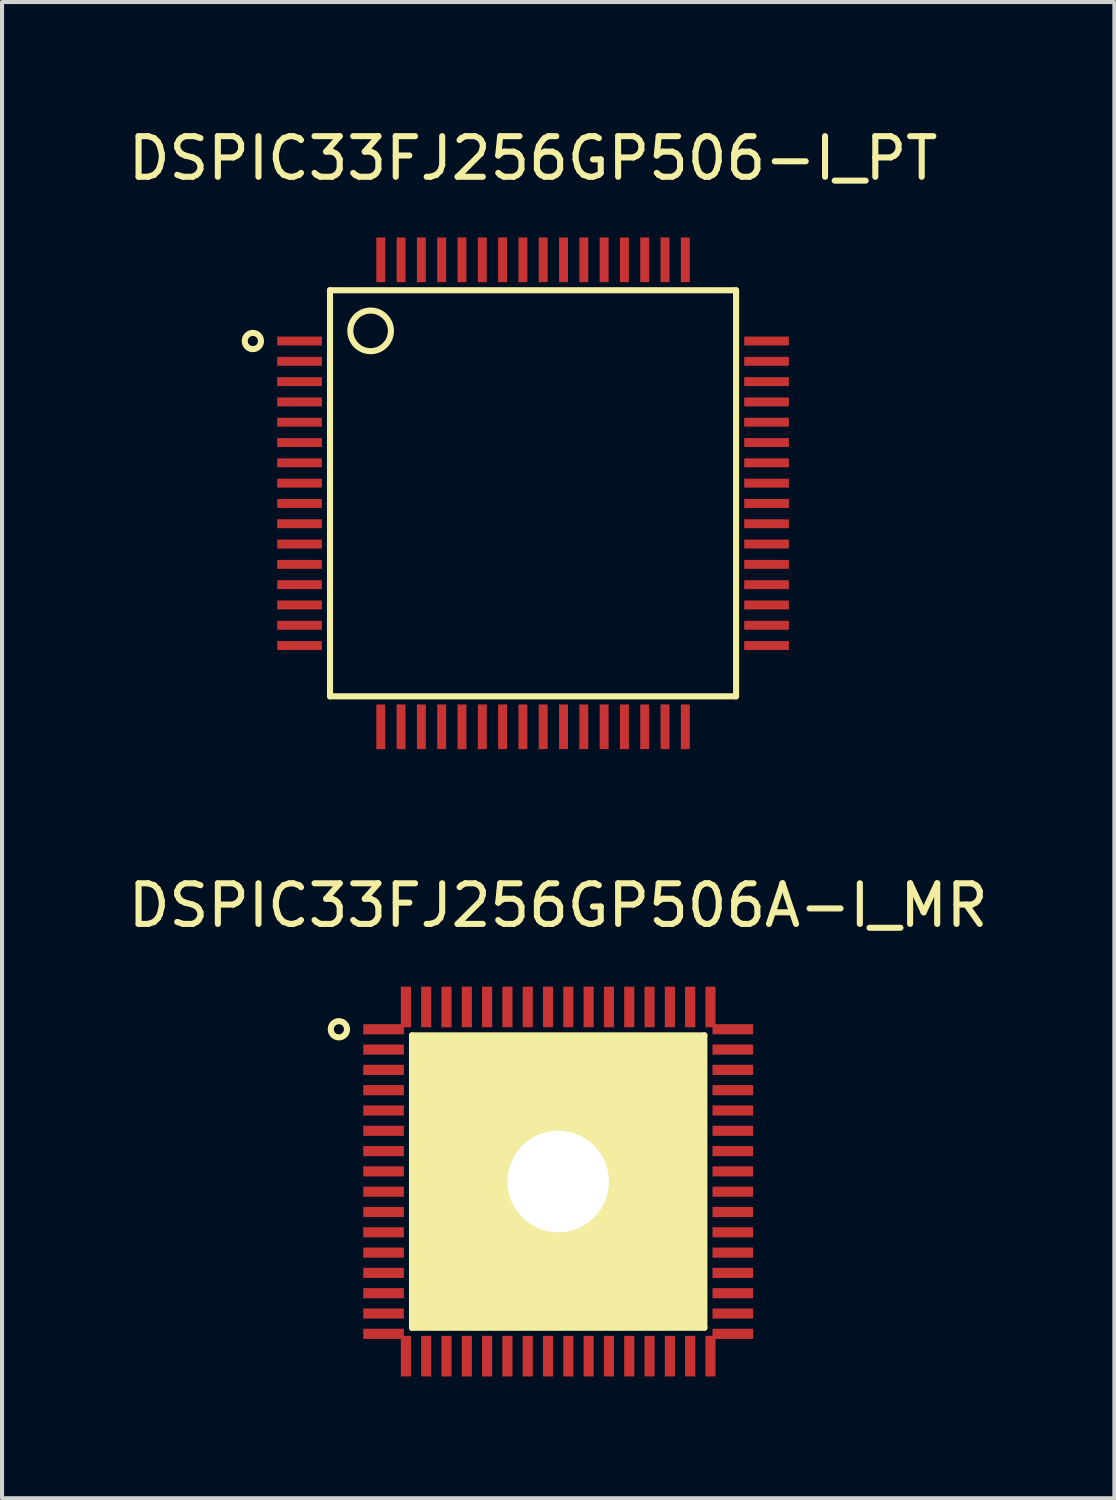
<source format=kicad_pcb>
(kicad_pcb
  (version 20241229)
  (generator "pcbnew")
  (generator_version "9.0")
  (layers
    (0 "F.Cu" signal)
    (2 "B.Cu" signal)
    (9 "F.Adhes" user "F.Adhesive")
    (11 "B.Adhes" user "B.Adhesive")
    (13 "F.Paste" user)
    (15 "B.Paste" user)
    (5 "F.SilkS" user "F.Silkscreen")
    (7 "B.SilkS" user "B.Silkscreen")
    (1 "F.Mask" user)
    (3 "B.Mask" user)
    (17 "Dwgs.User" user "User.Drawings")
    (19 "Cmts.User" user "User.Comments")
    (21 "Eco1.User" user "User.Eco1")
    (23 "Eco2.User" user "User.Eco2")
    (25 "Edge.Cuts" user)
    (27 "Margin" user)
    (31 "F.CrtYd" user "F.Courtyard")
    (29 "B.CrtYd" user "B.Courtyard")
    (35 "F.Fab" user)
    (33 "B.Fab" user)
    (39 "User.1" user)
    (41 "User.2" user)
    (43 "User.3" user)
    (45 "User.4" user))
  (footprint "DSPIC33FJ256GP506-I_PT"
    (layer "F.Cu")
    (at 4.327 3.348)
    (property "Reference" "DSPIC33FJ256GP506-I_PT" (at 5.75 -2.5 0) (layer "F.SilkS") (effects (font (size 1 1) (thickness 0.15))))
    (attr through_hole)
    (fp_line (start 0.75 0.75) (end 0.75 10.75) (stroke (width 0.15) (type solid)) (layer "F.SilkS"))
    (fp_line (start 0.75 0.75) (end 10.75 0.75) (stroke (width 0.15) (type solid)) (layer "F.SilkS"))
    (fp_line (start 0.75 10.75) (end 10.75 10.75) (stroke (width 0.15) (type solid)) (layer "F.SilkS"))
    (fp_line (start 10.75 10.75) (end 10.75 0.75) (stroke (width 0.15) (type solid)) (layer "F.SilkS"))
    (fp_circle (center -1.15 2) (end -1.15 1.8) (stroke (width 0.15) (type solid)) (fill no) (layer "F.SilkS"))
    (fp_circle (center 1.75 1.75) (end 1.75 1.25) (stroke (width 0.15) (type solid)) (fill no) (layer "F.SilkS"))
    (pad "1" smd rect (at 0 2) (size 1.1 0.22) (layers "F.Cu" "F.Mask" "F.Paste"))
    (pad "2" smd rect (at 0 2.5) (size 1.1 0.22) (layers "F.Cu" "F.Mask" "F.Paste"))
    (pad "3" smd rect (at 0 3) (size 1.1 0.22) (layers "F.Cu" "F.Mask" "F.Paste"))
    (pad "4" smd rect (at 0 3.5) (size 1.1 0.22) (layers "F.Cu" "F.Mask" "F.Paste"))
    (pad "5" smd rect (at 0 4) (size 1.1 0.22) (layers "F.Cu" "F.Mask" "F.Paste"))
    (pad "6" smd rect (at 0 4.5) (size 1.1 0.22) (layers "F.Cu" "F.Mask" "F.Paste"))
    (pad "7" smd rect (at 0 5) (size 1.1 0.22) (layers "F.Cu" "F.Mask" "F.Paste"))
    (pad "8" smd rect (at 0 5.5) (size 1.1 0.22) (layers "F.Cu" "F.Mask" "F.Paste"))
    (pad "9" smd rect (at 0 6) (size 1.1 0.22) (layers "F.Cu" "F.Mask" "F.Paste"))
    (pad "10" smd rect (at 0 6.5) (size 1.1 0.22) (layers "F.Cu" "F.Mask" "F.Paste"))
    (pad "11" smd rect (at 0 7) (size 1.1 0.22) (layers "F.Cu" "F.Mask" "F.Paste"))
    (pad "12" smd rect (at 0 7.5) (size 1.1 0.22) (layers "F.Cu" "F.Mask" "F.Paste"))
    (pad "13" smd rect (at 0 8) (size 1.1 0.22) (layers "F.Cu" "F.Mask" "F.Paste"))
    (pad "14" smd rect (at 0 8.5) (size 1.1 0.22) (layers "F.Cu" "F.Mask" "F.Paste"))
    (pad "15" smd rect (at 0 9) (size 1.1 0.22) (layers "F.Cu" "F.Mask" "F.Paste"))
    (pad "16" smd rect (at 0 9.5) (size 1.1 0.22) (layers "F.Cu" "F.Mask" "F.Paste"))
    (pad "17" smd rect (at 2 11.5) (size 0.22 1.1) (layers "F.Cu" "F.Mask" "F.Paste"))
    (pad "18" smd rect (at 2.5 11.5) (size 0.22 1.1) (layers "F.Cu" "F.Mask" "F.Paste"))
    (pad "19" smd rect (at 3 11.5) (size 0.22 1.1) (layers "F.Cu" "F.Mask" "F.Paste"))
    (pad "20" smd rect (at 3.5 11.5) (size 0.22 1.1) (layers "F.Cu" "F.Mask" "F.Paste"))
    (pad "21" smd rect (at 4 11.5) (size 0.22 1.1) (layers "F.Cu" "F.Mask" "F.Paste"))
    (pad "22" smd rect (at 4.5 11.5) (size 0.22 1.1) (layers "F.Cu" "F.Mask" "F.Paste"))
    (pad "23" smd rect (at 5 11.5) (size 0.22 1.1) (layers "F.Cu" "F.Mask" "F.Paste"))
    (pad "24" smd rect (at 5.5 11.5) (size 0.22 1.1) (layers "F.Cu" "F.Mask" "F.Paste"))
    (pad "25" smd rect (at 6 11.5) (size 0.22 1.1) (layers "F.Cu" "F.Mask" "F.Paste"))
    (pad "26" smd rect (at 6.5 11.5) (size 0.22 1.1) (layers "F.Cu" "F.Mask" "F.Paste"))
    (pad "27" smd rect (at 7 11.5) (size 0.22 1.1) (layers "F.Cu" "F.Mask" "F.Paste"))
    (pad "28" smd rect (at 7.5 11.5) (size 0.22 1.1) (layers "F.Cu" "F.Mask" "F.Paste"))
    (pad "29" smd rect (at 8 11.5) (size 0.22 1.1) (layers "F.Cu" "F.Mask" "F.Paste"))
    (pad "30" smd rect (at 8.5 11.5) (size 0.22 1.1) (layers "F.Cu" "F.Mask" "F.Paste"))
    (pad "31" smd rect (at 9 11.5) (size 0.22 1.1) (layers "F.Cu" "F.Mask" "F.Paste"))
    (pad "32" smd rect (at 9.5 11.5) (size 0.22 1.1) (layers "F.Cu" "F.Mask" "F.Paste"))
    (pad "33" smd rect (at 11.5 9.5) (size 1.1 0.22) (layers "F.Cu" "F.Mask" "F.Paste"))
    (pad "34" smd rect (at 11.5 9) (size 1.1 0.22) (layers "F.Cu" "F.Mask" "F.Paste"))
    (pad "35" smd rect (at 11.5 8.5) (size 1.1 0.22) (layers "F.Cu" "F.Mask" "F.Paste"))
    (pad "36" smd rect (at 11.5 8) (size 1.1 0.22) (layers "F.Cu" "F.Mask" "F.Paste"))
    (pad "37" smd rect (at 11.5 7.5) (size 1.1 0.22) (layers "F.Cu" "F.Mask" "F.Paste"))
    (pad "38" smd rect (at 11.5 7) (size 1.1 0.22) (layers "F.Cu" "F.Mask" "F.Paste"))
    (pad "39" smd rect (at 11.5 6.5) (size 1.1 0.22) (layers "F.Cu" "F.Mask" "F.Paste"))
    (pad "40" smd rect (at 11.5 6) (size 1.1 0.22) (layers "F.Cu" "F.Mask" "F.Paste"))
    (pad "41" smd rect (at 11.5 5.5) (size 1.1 0.22) (layers "F.Cu" "F.Mask" "F.Paste"))
    (pad "42" smd rect (at 11.5 5) (size 1.1 0.22) (layers "F.Cu" "F.Mask" "F.Paste"))
    (pad "43" smd rect (at 11.5 4.5) (size 1.1 0.22) (layers "F.Cu" "F.Mask" "F.Paste"))
    (pad "44" smd rect (at 11.5 4) (size 1.1 0.22) (layers "F.Cu" "F.Mask" "F.Paste"))
    (pad "45" smd rect (at 11.5 3.5) (size 1.1 0.22) (layers "F.Cu" "F.Mask" "F.Paste"))
    (pad "46" smd rect (at 11.5 3) (size 1.1 0.22) (layers "F.Cu" "F.Mask" "F.Paste"))
    (pad "47" smd rect (at 11.5 2.5) (size 1.1 0.22) (layers "F.Cu" "F.Mask" "F.Paste"))
    (pad "48" smd rect (at 11.5 2) (size 1.1 0.22) (layers "F.Cu" "F.Mask" "F.Paste"))
    (pad "49" smd rect (at 9.5 0) (size 0.22 1.1) (layers "F.Cu" "F.Mask" "F.Paste"))
    (pad "50" smd rect (at 9 0) (size 0.22 1.1) (layers "F.Cu" "F.Mask" "F.Paste"))
    (pad "51" smd rect (at 8.5 0) (size 0.22 1.1) (layers "F.Cu" "F.Mask" "F.Paste"))
    (pad "52" smd rect (at 8 0) (size 0.22 1.1) (layers "F.Cu" "F.Mask" "F.Paste"))
    (pad "53" smd rect (at 7.5 0) (size 0.22 1.1) (layers "F.Cu" "F.Mask" "F.Paste"))
    (pad "54" smd rect (at 7 0) (size 0.22 1.1) (layers "F.Cu" "F.Mask" "F.Paste"))
    (pad "55" smd rect (at 6.5 0) (size 0.22 1.1) (layers "F.Cu" "F.Mask" "F.Paste"))
    (pad "56" smd rect (at 6 0) (size 0.22 1.1) (layers "F.Cu" "F.Mask" "F.Paste"))
    (pad "57" smd rect (at 5.5 0) (size 0.22 1.1) (layers "F.Cu" "F.Mask" "F.Paste"))
    (pad "58" smd rect (at 5 0) (size 0.22 1.1) (layers "F.Cu" "F.Mask" "F.Paste"))
    (pad "59" smd rect (at 4.5 0) (size 0.22 1.1) (layers "F.Cu" "F.Mask" "F.Paste"))
    (pad "60" smd rect (at 4 0) (size 0.22 1.1) (layers "F.Cu" "F.Mask" "F.Paste"))
    (pad "61" smd rect (at 3.5 0) (size 0.22 1.1) (layers "F.Cu" "F.Mask" "F.Paste"))
    (pad "62" smd rect (at 3 0) (size 0.22 1.1) (layers "F.Cu" "F.Mask" "F.Paste"))
    (pad "63" smd rect (at 2.5 0) (size 0.22 1.1) (layers "F.Cu" "F.Mask" "F.Paste"))
    (pad "64" smd rect (at 2 0) (size 0.22 1.1) (layers "F.Cu" "F.Mask" "F.Paste")))
  (footprint "DSPIC33FJ256GP506A-I_MR"
    (layer "F.Cu")
    (at 6.396 21.747)
    (property "Reference" "DSPIC33FJ256GP506A-I_MR" (at 4.3 -2.5 0) (layer "F.SilkS") (effects (font (size 1 1) (thickness 0.15))))
    (attr through_hole)
    (fp_line (start 0.7 0.7) (end 0.7 7.9) (stroke (width 0.15) (type solid)) (layer "F.SilkS"))
    (fp_line (start 0.7 0.7) (end 7.9 0.7) (stroke (width 0.15) (type solid)) (layer "F.SilkS"))
    (fp_line (start 0.7 7.9) (end 7.9 7.9) (stroke (width 0.15) (type solid)) (layer "F.SilkS"))
    (fp_line (start 7.9 7.9) (end 7.9 0.7) (stroke (width 0.15) (type solid)) (layer "F.SilkS"))
    (fp_circle (center -1.1 0.55) (end -1.1 0.35) (stroke (width 0.15) (type solid)) (fill no) (layer "F.SilkS"))
    (fp_circle (center 1.7 1.7) (end 1.7 1.2) (stroke (width 0.15) (type solid)) (fill no) (layer "F.SilkS"))
    (pad "1" smd rect (at 0 0.55) (size 1 0.25) (layers "F.Cu" "F.Mask" "F.Paste"))
    (pad "2" smd rect (at 0 1.05) (size 1 0.25) (layers "F.Cu" "F.Mask" "F.Paste"))
    (pad "3" smd rect (at 0 1.55) (size 1 0.25) (layers "F.Cu" "F.Mask" "F.Paste"))
    (pad "4" smd rect (at 0 2.05) (size 1 0.25) (layers "F.Cu" "F.Mask" "F.Paste"))
    (pad "5" smd rect (at 0 2.55) (size 1 0.25) (layers "F.Cu" "F.Mask" "F.Paste"))
    (pad "6" smd rect (at 0 3.05) (size 1 0.25) (layers "F.Cu" "F.Mask" "F.Paste"))
    (pad "7" smd rect (at 0 3.55) (size 1 0.25) (layers "F.Cu" "F.Mask" "F.Paste"))
    (pad "8" smd rect (at 0 4.05) (size 1 0.25) (layers "F.Cu" "F.Mask" "F.Paste"))
    (pad "9" smd rect (at 0 4.55) (size 1 0.25) (layers "F.Cu" "F.Mask" "F.Paste"))
    (pad "10" smd rect (at 0 5.05) (size 1 0.25) (layers "F.Cu" "F.Mask" "F.Paste"))
    (pad "11" smd rect (at 0 5.55) (size 1 0.25) (layers "F.Cu" "F.Mask" "F.Paste"))
    (pad "12" smd rect (at 0 6.05) (size 1 0.25) (layers "F.Cu" "F.Mask" "F.Paste"))
    (pad "13" smd rect (at 0 6.55) (size 1 0.25) (layers "F.Cu" "F.Mask" "F.Paste"))
    (pad "14" smd rect (at 0 7.05) (size 1 0.25) (layers "F.Cu" "F.Mask" "F.Paste"))
    (pad "15" smd rect (at 0 7.55) (size 1 0.25) (layers "F.Cu" "F.Mask" "F.Paste"))
    (pad "16" smd rect (at 0 8.05) (size 1 0.25) (layers "F.Cu" "F.Mask" "F.Paste"))
    (pad "17" smd rect (at 0.55 8.6) (size 0.25 1) (layers "F.Cu" "F.Mask" "F.Paste"))
    (pad "18" smd rect (at 1.05 8.6) (size 0.25 1) (layers "F.Cu" "F.Mask" "F.Paste"))
    (pad "19" smd rect (at 1.55 8.6) (size 0.25 1) (layers "F.Cu" "F.Mask" "F.Paste"))
    (pad "20" smd rect (at 2.05 8.6) (size 0.25 1) (layers "F.Cu" "F.Mask" "F.Paste"))
    (pad "21" smd rect (at 2.55 8.6) (size 0.25 1) (layers "F.Cu" "F.Mask" "F.Paste"))
    (pad "22" smd rect (at 3.05 8.6) (size 0.25 1) (layers "F.Cu" "F.Mask" "F.Paste"))
    (pad "23" smd rect (at 3.55 8.6) (size 0.25 1) (layers "F.Cu" "F.Mask" "F.Paste"))
    (pad "24" smd rect (at 4.05 8.6) (size 0.25 1) (layers "F.Cu" "F.Mask" "F.Paste"))
    (pad "25" smd rect (at 4.55 8.6) (size 0.25 1) (layers "F.Cu" "F.Mask" "F.Paste"))
    (pad "26" smd rect (at 5.05 8.6) (size 0.25 1) (layers "F.Cu" "F.Mask" "F.Paste"))
    (pad "27" smd rect (at 5.55 8.6) (size 0.25 1) (layers "F.Cu" "F.Mask" "F.Paste"))
    (pad "28" smd rect (at 6.05 8.6) (size 0.25 1) (layers "F.Cu" "F.Mask" "F.Paste"))
    (pad "29" smd rect (at 6.55 8.6) (size 0.25 1) (layers "F.Cu" "F.Mask" "F.Paste"))
    (pad "30" smd rect (at 7.05 8.6) (size 0.25 1) (layers "F.Cu" "F.Mask" "F.Paste"))
    (pad "31" smd rect (at 7.55 8.6) (size 0.25 1) (layers "F.Cu" "F.Mask" "F.Paste"))
    (pad "32" smd rect (at 8.05 8.6) (size 0.25 1) (layers "F.Cu" "F.Mask" "F.Paste"))
    (pad "33" smd rect (at 8.6 8.05) (size 1 0.25) (layers "F.Cu" "F.Mask" "F.Paste"))
    (pad "34" smd rect (at 8.6 7.55) (size 1 0.25) (layers "F.Cu" "F.Mask" "F.Paste"))
    (pad "35" smd rect (at 8.6 7.05) (size 1 0.25) (layers "F.Cu" "F.Mask" "F.Paste"))
    (pad "36" smd rect (at 8.6 6.55) (size 1 0.25) (layers "F.Cu" "F.Mask" "F.Paste"))
    (pad "37" smd rect (at 8.6 6.05) (size 1 0.25) (layers "F.Cu" "F.Mask" "F.Paste"))
    (pad "38" smd rect (at 8.6 5.55) (size 1 0.25) (layers "F.Cu" "F.Mask" "F.Paste"))
    (pad "39" smd rect (at 8.6 5.05) (size 1 0.25) (layers "F.Cu" "F.Mask" "F.Paste"))
    (pad "40" smd rect (at 8.6 4.55) (size 1 0.25) (layers "F.Cu" "F.Mask" "F.Paste"))
    (pad "41" smd rect (at 8.6 4.05) (size 1 0.25) (layers "F.Cu" "F.Mask" "F.Paste"))
    (pad "42" smd rect (at 8.6 3.55) (size 1 0.25) (layers "F.Cu" "F.Mask" "F.Paste"))
    (pad "43" smd rect (at 8.6 3.05) (size 1 0.25) (layers "F.Cu" "F.Mask" "F.Paste"))
    (pad "44" smd rect (at 8.6 2.55) (size 1 0.25) (layers "F.Cu" "F.Mask" "F.Paste"))
    (pad "45" smd rect (at 8.6 2.05) (size 1 0.25) (layers "F.Cu" "F.Mask" "F.Paste"))
    (pad "46" smd rect (at 8.6 1.55) (size 1 0.25) (layers "F.Cu" "F.Mask" "F.Paste"))
    (pad "47" smd rect (at 8.6 1.05) (size 1 0.25) (layers "F.Cu" "F.Mask" "F.Paste"))
    (pad "48" smd rect (at 8.6 0.55) (size 1 0.25) (layers "F.Cu" "F.Mask" "F.Paste"))
    (pad "49" smd rect (at 8.05 0) (size 0.25 1) (layers "F.Cu" "F.Mask" "F.Paste"))
    (pad "50" smd rect (at 7.55 0) (size 0.25 1) (layers "F.Cu" "F.Mask" "F.Paste"))
    (pad "51" smd rect (at 7.05 0) (size 0.25 1) (layers "F.Cu" "F.Mask" "F.Paste"))
    (pad "52" smd rect (at 6.55 0) (size 0.25 1) (layers "F.Cu" "F.Mask" "F.Paste"))
    (pad "53" smd rect (at 6.05 0) (size 0.25 1) (layers "F.Cu" "F.Mask" "F.Paste"))
    (pad "54" smd rect (at 5.55 0) (size 0.25 1) (layers "F.Cu" "F.Mask" "F.Paste"))
    (pad "55" smd rect (at 5.05 0) (size 0.25 1) (layers "F.Cu" "F.Mask" "F.Paste"))
    (pad "56" smd rect (at 4.55 0) (size 0.25 1) (layers "F.Cu" "F.Mask" "F.Paste"))
    (pad "57" smd rect (at 4.05 0) (size 0.25 1) (layers "F.Cu" "F.Mask" "F.Paste"))
    (pad "58" smd rect (at 3.55 0) (size 0.25 1) (layers "F.Cu" "F.Mask" "F.Paste"))
    (pad "59" smd rect (at 3.05 0) (size 0.25 1) (layers "F.Cu" "F.Mask" "F.Paste"))
    (pad "60" smd rect (at 2.55 0) (size 0.25 1) (layers "F.Cu" "F.Mask" "F.Paste"))
    (pad "61" smd rect (at 2.05 0) (size 0.25 1) (layers "F.Cu" "F.Mask" "F.Paste"))
    (pad "62" smd rect (at 1.55 0) (size 0.25 1) (layers "F.Cu" "F.Mask" "F.Paste"))
    (pad "63" smd rect (at 1.05 0) (size 0.25 1) (layers "F.Cu" "F.Mask" "F.Paste"))
    (pad "64" smd rect (at 0.55 0) (size 0.25 1) (layers "F.Cu" "F.Mask" "F.Paste"))
    (pad "999" thru_hole rect (at 4.3 4.3) (size 7.15 7.15) (drill 2.5) (layers "*.Cu" "*.Mask" "F.SilkS")))
  (gr_rect
    (start -3 -3)
    (end 24.393 33.846)
    (stroke (width 0.1) (type default))
    (fill no)
    (layer "Edge.Cuts")))
</source>
